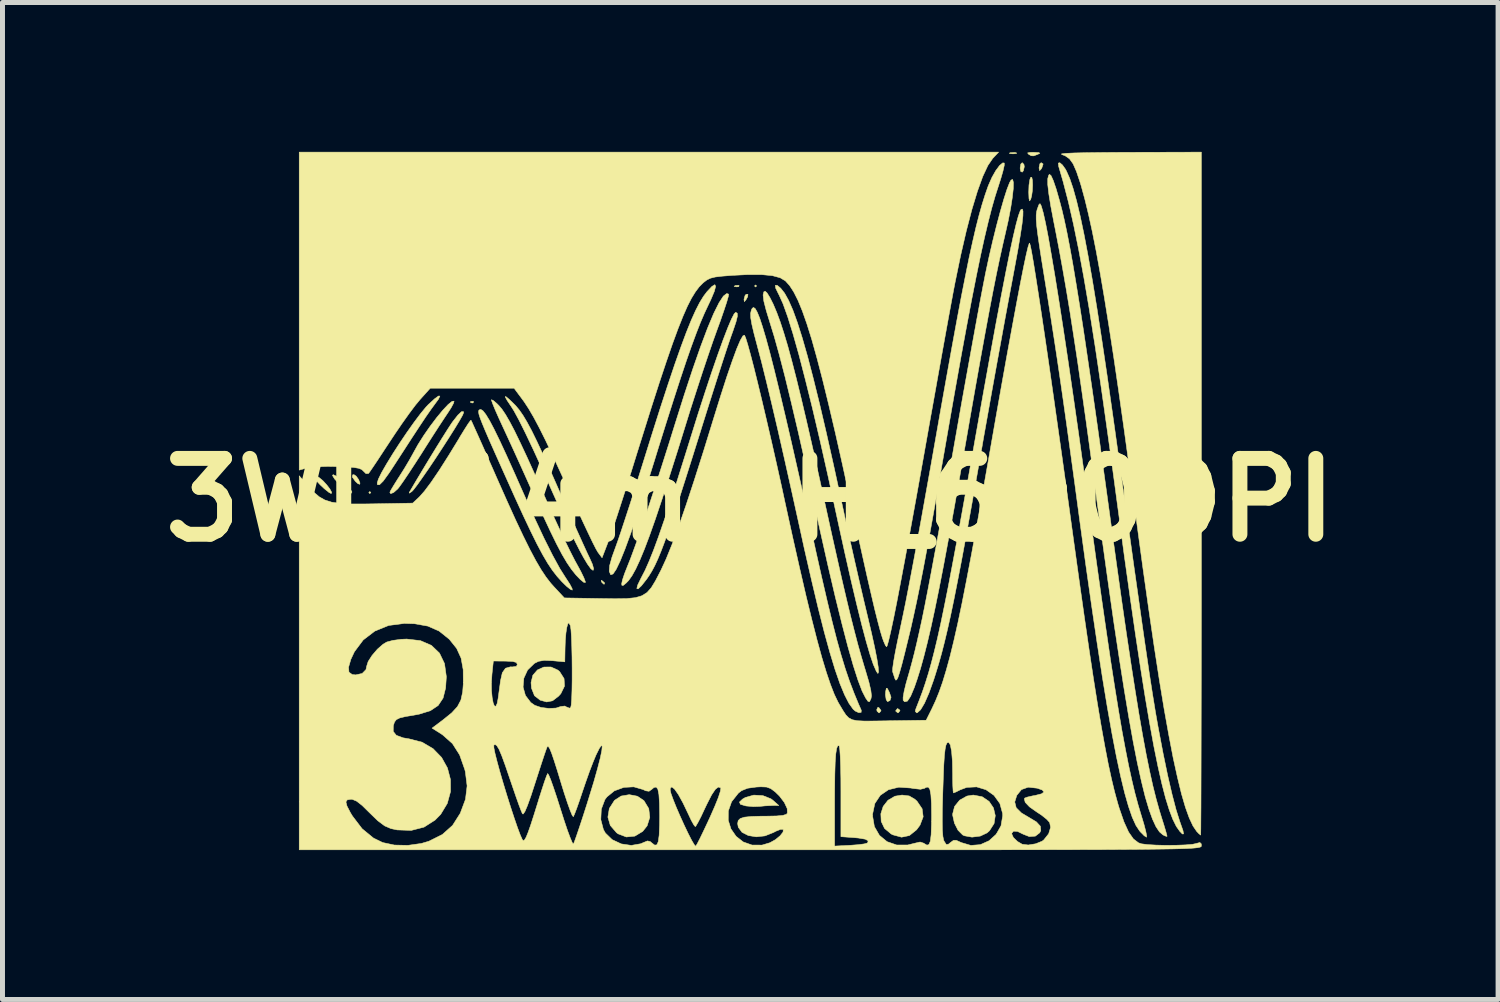
<source format=kicad_pcb>
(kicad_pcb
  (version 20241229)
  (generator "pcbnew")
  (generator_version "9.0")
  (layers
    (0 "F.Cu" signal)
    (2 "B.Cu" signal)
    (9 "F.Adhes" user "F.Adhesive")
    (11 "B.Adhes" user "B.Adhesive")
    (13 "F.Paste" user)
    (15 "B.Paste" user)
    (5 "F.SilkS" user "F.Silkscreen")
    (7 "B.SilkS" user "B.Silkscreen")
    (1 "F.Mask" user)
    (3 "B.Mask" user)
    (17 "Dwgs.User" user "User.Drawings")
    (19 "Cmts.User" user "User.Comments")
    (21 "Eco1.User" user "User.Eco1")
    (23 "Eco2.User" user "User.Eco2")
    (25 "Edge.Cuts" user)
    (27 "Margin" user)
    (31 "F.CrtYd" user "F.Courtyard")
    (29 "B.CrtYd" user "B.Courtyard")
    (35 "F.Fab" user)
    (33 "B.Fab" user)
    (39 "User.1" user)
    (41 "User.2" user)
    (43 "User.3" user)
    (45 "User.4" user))
  (footprint "3WL_14mmH_600DPI"
    (layer "F.Cu")
    (at 12.018 6.99)
    (property "Reference" "3WL_14mmH_600DPI" (at 0 0 0) (layer "F.SilkS") (effects (font (size 1.524 1.524) (thickness 0.3))))
    (attr through_hole)
    (fp_poly (pts (xy -7.62 -0.148) (xy -7.641 -0.127) (xy -7.662 -0.148) (xy -7.641 -0.169) (xy -7.62 -0.148)) (stroke (width 0.01) (type solid)) (fill yes) (layer "F.SilkS"))
    (fp_poly (pts (xy 0.127 -4.297) (xy 0.106 -4.276) (xy 0.085 -4.297) (xy 0.106 -4.318) (xy 0.127 -4.297)) (stroke (width 0.01) (type solid)) (fill yes) (layer "F.SilkS"))
    (fp_poly (pts (xy -5.56 -1.976) (xy -5.566 -1.95) (xy -5.588 -1.947) (xy -5.623 -1.963) (xy -5.616 -1.976) (xy -5.566 -1.981) (xy -5.56 -1.976)) (stroke (width 0.01) (type solid)) (fill yes) (layer "F.SilkS"))
    (fp_poly (pts (xy -0.223 -4.301) (xy -0.236 -4.282) (xy -0.279 -4.279) (xy -0.324 -4.289) (xy -0.304 -4.305) (xy -0.238 -4.31) (xy -0.223 -4.301)) (stroke (width 0.01) (type solid)) (fill yes) (layer "F.SilkS"))
    (fp_poly (pts (xy -2.97 1.626) (xy -2.924 1.668) (xy -2.934 1.693) (xy -2.94 1.693) (xy -2.975 1.663) (xy -2.989 1.644) (xy -2.994 1.615) (xy -2.97 1.626)) (stroke (width 0.01) (type solid)) (fill yes) (layer "F.SilkS"))
    (fp_poly (pts (xy -0.053 -4.08) (xy -0.085 -4.022) (xy -0.118 -3.982) (xy -0.126 -4.02) (xy -0.126 -4.03) (xy -0.105 -4.106) (xy -0.085 -4.128) (xy -0.047 -4.131) (xy -0.053 -4.08)) (stroke (width 0.01) (type solid)) (fill yes) (layer "F.SilkS"))
    (fp_poly (pts (xy 2.582 4.17) (xy 2.623 4.224) (xy 2.625 4.236) (xy 2.592 4.275) (xy 2.582 4.276) (xy 2.545 4.241) (xy 2.54 4.21) (xy 2.561 4.166) (xy 2.582 4.17)) (stroke (width 0.01) (type solid)) (fill yes) (layer "F.SilkS"))
    (fp_poly (pts (xy 3.004 4.223) (xy 3.006 4.233) (xy 2.973 4.274) (xy 2.963 4.276) (xy 2.922 4.243) (xy 2.921 4.233) (xy 2.953 4.192) (xy 2.963 4.191) (xy 3.004 4.223)) (stroke (width 0.01) (type solid)) (fill yes) (layer "F.SilkS"))
    (fp_poly (pts (xy 5.345 -6.97) (xy 5.347 -6.957) (xy 5.281 -6.951) (xy 5.271 -6.951) (xy 5.205 -6.957) (xy 5.211 -6.97) (xy 5.218 -6.972) (xy 5.311 -6.978) (xy 5.345 -6.97)) (stroke (width 0.01) (type solid)) (fill yes) (layer "F.SilkS"))
    (fp_poly (pts (xy 5.496 -6.738) (xy 5.503 -6.691) (xy 5.484 -6.61) (xy 5.461 -6.583) (xy 5.43 -6.598) (xy 5.419 -6.665) (xy 5.433 -6.746) (xy 5.461 -6.773) (xy 5.496 -6.738)) (stroke (width 0.01) (type solid)) (fill yes) (layer "F.SilkS"))
    (fp_poly (pts (xy 5.881 -6.747) (xy 5.856 -6.67) (xy 5.842 -6.646) (xy 5.811 -6.613) (xy 5.801 -6.655) (xy 5.8 -6.678) (xy 5.816 -6.752) (xy 5.842 -6.773) (xy 5.881 -6.747)) (stroke (width 0.01) (type solid)) (fill yes) (layer "F.SilkS"))
    (fp_poly (pts (xy -7.914 -0.477) (xy -7.866 -0.409) (xy -7.839 -0.34) (xy -7.843 -0.314) (xy -7.88 -0.327) (xy -7.931 -0.373) (xy -7.993 -0.46) (xy -7.986 -0.503) (xy -7.96 -0.508) (xy -7.914 -0.477)) (stroke (width 0.01) (type solid)) (fill yes) (layer "F.SilkS"))
    (fp_poly (pts (xy 5.793 -6.976) (xy 5.815 -6.963) (xy 5.779 -6.943) (xy 5.693 -6.91) (xy 5.641 -6.912) (xy 5.588 -6.943) (xy 5.569 -6.969) (xy 5.622 -6.98) (xy 5.694 -6.981) (xy 5.793 -6.976)) (stroke (width 0.01) (type solid)) (fill yes) (layer "F.SilkS"))
    (fp_poly (pts (xy 2.752 3.785) (xy 2.792 3.862) (xy 2.793 3.864) (xy 2.827 3.963) (xy 2.807 4.025) (xy 2.803 4.03) (xy 2.756 4.051) (xy 2.729 4.011) (xy 2.714 3.915) (xy 2.719 3.845) (xy 2.733 3.781) (xy 2.752 3.785)) (stroke (width 0.01) (type solid)) (fill yes) (layer "F.SilkS"))
    (fp_poly (pts (xy -8.707 -0.479) (xy -8.663 -0.452) (xy -8.585 -0.388) (xy -8.507 -0.303) (xy -8.442 -0.218) (xy -8.407 -0.152) (xy -8.416 -0.127) (xy -8.466 -0.154) (xy -8.554 -0.225) (xy -8.634 -0.3) (xy -8.735 -0.407) (xy -8.782 -0.477) (xy -8.773 -0.504) (xy -8.707 -0.479)) (stroke (width 0.01) (type solid)) (fill yes) (layer "F.SilkS"))
    (fp_poly (pts (xy -8.319 -0.48) (xy -8.229 -0.41) (xy -8.131 -0.321) (xy -8.048 -0.233) (xy -8.003 -0.168) (xy -8.001 -0.157) (xy -8.022 -0.127) (xy -8.085 -0.161) (xy -8.196 -0.258) (xy -8.255 -0.318) (xy -8.349 -0.422) (xy -8.39 -0.489) (xy -8.378 -0.508) (xy -8.319 -0.48)) (stroke (width 0.01) (type solid)) (fill yes) (layer "F.SilkS"))
    (fp_poly (pts (xy 5.666 -6.422) (xy 5.67 -6.325) (xy 5.665 -6.211) (xy 5.65 -6.104) (xy 5.63 -6.032) (xy 5.609 -6.006) (xy 5.597 -6.053) (xy 5.592 -6.178) (xy 5.592 -6.181) (xy 5.597 -6.323) (xy 5.615 -6.436) (xy 5.63 -6.477) (xy 5.653 -6.48) (xy 5.666 -6.422)) (stroke (width 0.01) (type solid)) (fill yes) (layer "F.SilkS"))
    (fp_poly (pts (xy 0.252 5.938) (xy 0.414 6.002) (xy 0.453 6.031) (xy 0.572 6.136) (xy 0.439 6.137) (xy 0.297 6.144) (xy 0.185 6.155) (xy 0.058 6.159) (xy -0.085 6.146) (xy -0.094 6.144) (xy -0.198 6.113) (xy -0.218 6.068) (xy -0.155 6.008) (xy -0.098 5.975) (xy 0.07 5.928) (xy 0.252 5.938)) (stroke (width 0.01) (type solid)) (fill yes) (layer "F.SilkS"))
    (fp_poly (pts (xy -3.864 3.418) (xy -3.829 3.448) (xy -3.74 3.588) (xy -3.731 3.739) (xy -3.804 3.889) (xy -3.849 3.94) (xy -3.971 4.034) (xy -4.09 4.057) (xy -4.22 4.021) (xy -4.334 3.932) (xy -4.394 3.78) (xy -4.403 3.668) (xy -4.367 3.521) (xy -4.274 3.414) (xy -4.145 3.356) (xy -4.002 3.355) (xy -3.864 3.418)) (stroke (width 0.01) (type solid)) (fill yes) (layer "F.SilkS"))
    (fp_poly (pts (xy -2.268 5.95) (xy -2.136 6.039) (xy -2.039 6.199) (xy -2.018 6.374) (xy -2.072 6.545) (xy -2.161 6.657) (xy -2.319 6.752) (xy -2.489 6.769) (xy -2.654 6.706) (xy -2.686 6.683) (xy -2.811 6.538) (xy -2.86 6.37) (xy -2.831 6.196) (xy -2.727 6.033) (xy -2.594 5.947) (xy -2.431 5.919) (xy -2.268 5.95)) (stroke (width 0.01) (type solid)) (fill yes) (layer "F.SilkS"))
    (fp_poly (pts (xy 3.192 5.945) (xy 3.306 6.012) (xy 3.348 6.05) (xy 3.451 6.202) (xy 3.472 6.364) (xy 3.408 6.532) (xy 3.34 6.624) (xy 3.196 6.74) (xy 3.038 6.773) (xy 2.861 6.725) (xy 2.827 6.707) (xy 2.696 6.597) (xy 2.629 6.456) (xy 2.622 6.303) (xy 2.669 6.155) (xy 2.765 6.032) (xy 2.905 5.95) (xy 3.048 5.927) (xy 3.192 5.945)) (stroke (width 0.01) (type solid)) (fill yes) (layer "F.SilkS"))
    (fp_poly (pts (xy 4.657 5.961) (xy 4.795 6.054) (xy 4.884 6.186) (xy 4.92 6.34) (xy 4.896 6.499) (xy 4.804 6.643) (xy 4.756 6.686) (xy 4.619 6.751) (xy 4.453 6.772) (xy 4.301 6.745) (xy 4.265 6.728) (xy 4.172 6.634) (xy 4.1 6.492) (xy 4.065 6.335) (xy 4.064 6.307) (xy 4.103 6.155) (xy 4.205 6.029) (xy 4.351 5.947) (xy 4.478 5.927) (xy 4.657 5.961)) (stroke (width 0.01) (type solid)) (fill yes) (layer "F.SilkS"))
    (fp_poly (pts (xy -5.757 -1.753) (xy -5.78 -1.698) (xy -5.843 -1.587) (xy -5.937 -1.432) (xy -6.054 -1.247) (xy -6.185 -1.043) (xy -6.322 -0.834) (xy -6.457 -0.633) (xy -6.582 -0.453) (xy -6.686 -0.306) (xy -6.763 -0.205) (xy -6.798 -0.168) (xy -6.847 -0.136) (xy -6.85 -0.148) (xy -6.734 -0.346) (xy -6.6 -0.57) (xy -6.459 -0.804) (xy -6.318 -1.034) (xy -6.188 -1.244) (xy -6.078 -1.418) (xy -5.997 -1.542) (xy -5.972 -1.577) (xy -5.872 -1.704) (xy -5.8 -1.772) (xy -5.762 -1.774) (xy -5.757 -1.753)) (stroke (width 0.01) (type solid)) (fill yes) (layer "F.SilkS"))
    (fp_poly (pts (xy -6.234 -2.086) (xy -6.26 -2.027) (xy -6.34 -1.918) (xy -6.41 -1.822) (xy -6.513 -1.674) (xy -6.635 -1.491) (xy -6.765 -1.293) (xy -6.794 -1.249) (xy -6.927 -1.043) (xy -7.058 -0.841) (xy -7.173 -0.664) (xy -7.259 -0.534) (xy -7.27 -0.519) (xy -7.373 -0.377) (xy -7.446 -0.305) (xy -7.486 -0.305) (xy -7.493 -0.34) (xy -7.469 -0.418) (xy -7.404 -0.55) (xy -7.305 -0.722) (xy -7.182 -0.923) (xy -7.044 -1.137) (xy -6.899 -1.352) (xy -6.756 -1.554) (xy -6.624 -1.73) (xy -6.512 -1.866) (xy -6.463 -1.918) (xy -6.339 -2.031) (xy -6.262 -2.087) (xy -6.234 -2.086)) (stroke (width 0.01) (type solid)) (fill yes) (layer "F.SilkS"))
    (fp_poly (pts (xy -5.96 -1.941) (xy -6.009 -1.85) (xy -6.071 -1.754) (xy -6.143 -1.646) (xy -6.249 -1.485) (xy -6.377 -1.287) (xy -6.516 -1.069) (xy -6.603 -0.931) (xy -6.738 -0.722) (xy -6.863 -0.531) (xy -6.969 -0.374) (xy -7.047 -0.264) (xy -7.08 -0.222) (xy -7.163 -0.149) (xy -7.221 -0.126) (xy -7.239 -0.151) (xy -7.218 -0.196) (xy -7.16 -0.293) (xy -7.079 -0.423) (xy -7.049 -0.469) (xy -6.945 -0.634) (xy -6.847 -0.799) (xy -6.774 -0.93) (xy -6.768 -0.942) (xy -6.672 -1.114) (xy -6.555 -1.299) (xy -6.426 -1.484) (xy -6.296 -1.656) (xy -6.173 -1.804) (xy -6.068 -1.916) (xy -5.989 -1.979) (xy -5.949 -1.984) (xy -5.96 -1.941)) (stroke (width 0.01) (type solid)) (fill yes) (layer "F.SilkS"))
    (fp_poly (pts (xy -5.369 -1.79) (xy -5.312 -1.718) (xy -5.238 -1.597) (xy -5.146 -1.423) (xy -5.032 -1.189) (xy -4.894 -0.892) (xy -4.729 -0.525) (xy -4.562 -0.148) (xy -4.342 0.343) (xy -4.145 0.764) (xy -3.971 1.111) (xy -3.822 1.383) (xy -3.699 1.577) (xy -3.696 1.581) (xy -3.623 1.694) (xy -3.579 1.778) (xy -3.575 1.811) (xy -3.614 1.795) (xy -3.692 1.732) (xy -3.782 1.644) (xy -3.879 1.536) (xy -3.973 1.415) (xy -4.068 1.273) (xy -4.169 1.101) (xy -4.282 0.889) (xy -4.41 0.63) (xy -4.56 0.313) (xy -4.735 -0.069) (xy -4.817 -0.252) (xy -4.989 -0.635) (xy -5.129 -0.948) (xy -5.24 -1.198) (xy -5.324 -1.393) (xy -5.385 -1.54) (xy -5.426 -1.646) (xy -5.449 -1.719) (xy -5.457 -1.766) (xy -5.454 -1.794) (xy -5.446 -1.807) (xy -5.413 -1.818) (xy -5.369 -1.79)) (stroke (width 0.01) (type solid)) (fill yes) (layer "F.SilkS"))
    (fp_poly (pts (xy -4.851 -2.028) (xy -4.787 -1.968) (xy -4.71 -1.891) (xy -4.637 -1.803) (xy -4.563 -1.696) (xy -4.483 -1.562) (xy -4.392 -1.393) (xy -4.287 -1.179) (xy -4.163 -0.913) (xy -4.015 -0.587) (xy -3.84 -0.191) (xy -3.83 -0.169) (xy -3.698 0.129) (xy -3.571 0.413) (xy -3.456 0.668) (xy -3.358 0.885) (xy -3.283 1.049) (xy -3.235 1.15) (xy -3.231 1.157) (xy -3.17 1.294) (xy -3.146 1.383) (xy -3.157 1.415) (xy -3.201 1.383) (xy -3.269 1.289) (xy -3.349 1.156) (xy -3.435 0.997) (xy -3.533 0.803) (xy -3.647 0.564) (xy -3.782 0.268) (xy -3.945 -0.096) (xy -3.956 -0.12) (xy -4.171 -0.602) (xy -4.358 -1.011) (xy -4.517 -1.346) (xy -4.647 -1.606) (xy -4.747 -1.79) (xy -4.793 -1.863) (xy -4.883 -1.998) (xy -4.922 -2.069) (xy -4.912 -2.078) (xy -4.851 -2.028)) (stroke (width 0.01) (type solid)) (fill yes) (layer "F.SilkS"))
    (fp_poly (pts (xy -5.161 -1.996) (xy -5.088 -1.934) (xy -5.048 -1.894) (xy -4.986 -1.82) (xy -4.916 -1.716) (xy -4.834 -1.575) (xy -4.737 -1.391) (xy -4.623 -1.156) (xy -4.486 -0.864) (xy -4.325 -0.508) (xy -4.135 -0.082) (xy -4.108 -0.021) (xy -3.978 0.269) (xy -3.847 0.552) (xy -3.724 0.815) (xy -3.614 1.04) (xy -3.526 1.212) (xy -3.487 1.283) (xy -3.404 1.435) (xy -3.343 1.561) (xy -3.313 1.642) (xy -3.312 1.659) (xy -3.345 1.654) (xy -3.415 1.597) (xy -3.501 1.507) (xy -3.59 1.396) (xy -3.682 1.261) (xy -3.781 1.093) (xy -3.892 0.882) (xy -4.02 0.62) (xy -4.17 0.298) (xy -4.345 -0.093) (xy -4.354 -0.113) (xy -4.482 -0.4) (xy -4.62 -0.706) (xy -4.757 -1.007) (xy -4.88 -1.275) (xy -4.956 -1.439) (xy -5.047 -1.637) (xy -5.122 -1.806) (xy -5.174 -1.933) (xy -5.198 -2.003) (xy -5.198 -2.013) (xy -5.161 -1.996)) (stroke (width 0.01) (type solid)) (fill yes) (layer "F.SilkS"))
    (fp_poly (pts (xy -0.435 -4.133) (xy -0.441 -4.087) (xy -0.473 -3.975) (xy -0.527 -3.811) (xy -0.597 -3.608) (xy -0.666 -3.419) (xy -0.751 -3.182) (xy -0.853 -2.884) (xy -0.966 -2.547) (xy -1.082 -2.191) (xy -1.196 -1.837) (xy -1.267 -1.609) (xy -1.456 -1) (xy -1.625 -0.469) (xy -1.774 -0.009) (xy -1.906 0.384) (xy -2.023 0.715) (xy -2.127 0.99) (xy -2.219 1.212) (xy -2.301 1.388) (xy -2.375 1.521) (xy -2.443 1.617) (xy -2.492 1.668) (xy -2.556 1.72) (xy -2.58 1.713) (xy -2.582 1.677) (xy -2.566 1.603) (xy -2.525 1.48) (xy -2.471 1.343) (xy -2.399 1.162) (xy -2.306 0.909) (xy -2.196 0.592) (xy -2.07 0.22) (xy -1.933 -0.198) (xy -1.786 -0.653) (xy -1.632 -1.137) (xy -1.518 -1.503) (xy -1.328 -2.105) (xy -1.154 -2.632) (xy -0.997 -3.081) (xy -0.857 -3.453) (xy -0.734 -3.746) (xy -0.628 -3.959) (xy -0.541 -4.093) (xy -0.473 -4.145) (xy -0.435 -4.133)) (stroke (width 0.01) (type solid)) (fill yes) (layer "F.SilkS"))
    (fp_poly (pts (xy -0.696 -4.289) (xy -0.722 -4.189) (xy -0.791 -4.025) (xy -0.848 -3.905) (xy -0.922 -3.747) (xy -1.001 -3.563) (xy -1.086 -3.346) (xy -1.18 -3.091) (xy -1.285 -2.791) (xy -1.403 -2.438) (xy -1.536 -2.027) (xy -1.688 -1.55) (xy -1.86 -1.001) (xy -1.927 -0.783) (xy -2.104 -0.221) (xy -2.261 0.26) (xy -2.397 0.661) (xy -2.515 0.983) (xy -2.614 1.228) (xy -2.694 1.395) (xy -2.756 1.486) (xy -2.8 1.503) (xy -2.806 1.498) (xy -2.833 1.432) (xy -2.825 1.319) (xy -2.778 1.15) (xy -2.707 0.954) (xy -2.662 0.829) (xy -2.597 0.637) (xy -2.515 0.389) (xy -2.421 0.101) (xy -2.32 -0.216) (xy -2.216 -0.548) (xy -2.176 -0.675) (xy -1.982 -1.296) (xy -1.809 -1.841) (xy -1.654 -2.315) (xy -1.517 -2.723) (xy -1.394 -3.071) (xy -1.285 -3.364) (xy -1.187 -3.607) (xy -1.098 -3.805) (xy -1.016 -3.965) (xy -0.939 -4.09) (xy -0.871 -4.18) (xy -0.771 -4.287) (xy -0.712 -4.323) (xy -0.696 -4.289)) (stroke (width 0.01) (type solid)) (fill yes) (layer "F.SilkS"))
    (fp_poly (pts (xy -0.262 -3.75) (xy -0.259 -3.69) (xy -0.286 -3.578) (xy -0.345 -3.402) (xy -0.379 -3.308) (xy -0.42 -3.19) (xy -0.483 -3.002) (xy -0.563 -2.757) (xy -0.657 -2.465) (xy -0.761 -2.138) (xy -0.872 -1.787) (xy -0.986 -1.424) (xy -0.99 -1.41) (xy -1.159 -0.871) (xy -1.306 -0.407) (xy -1.433 -0.01) (xy -1.543 0.326) (xy -1.638 0.607) (xy -1.72 0.84) (xy -1.793 1.032) (xy -1.858 1.189) (xy -1.918 1.319) (xy -1.975 1.426) (xy -2.032 1.519) (xy -2.08 1.589) (xy -2.185 1.723) (xy -2.252 1.786) (xy -2.279 1.78) (xy -2.26 1.706) (xy -2.192 1.566) (xy -2.186 1.555) (xy -2.112 1.412) (xy -2.033 1.233) (xy -1.944 1.012) (xy -1.845 0.743) (xy -1.733 0.419) (xy -1.605 0.036) (xy -1.46 -0.414) (xy -1.296 -0.936) (xy -1.202 -1.237) (xy -1.053 -1.715) (xy -0.91 -2.157) (xy -0.777 -2.558) (xy -0.655 -2.911) (xy -0.547 -3.211) (xy -0.454 -3.453) (xy -0.379 -3.63) (xy -0.324 -3.737) (xy -0.293 -3.768) (xy -0.262 -3.75)) (stroke (width 0.01) (type solid)) (fill yes) (layer "F.SilkS"))
    (fp_poly (pts (xy 0.543 -4.308) (xy 0.612 -4.25) (xy 0.689 -4.152) (xy 0.77 -4.006) (xy 0.856 -3.81) (xy 0.947 -3.559) (xy 1.045 -3.249) (xy 1.151 -2.878) (xy 1.265 -2.441) (xy 1.39 -1.935) (xy 1.525 -1.357) (xy 1.672 -0.702) (xy 1.825 0) (xy 1.909 0.389) (xy 2.001 0.803) (xy 2.095 1.222) (xy 2.187 1.624) (xy 2.272 1.989) (xy 2.345 2.295) (xy 2.355 2.336) (xy 2.435 2.676) (xy 2.498 2.962) (xy 2.543 3.19) (xy 2.569 3.356) (xy 2.576 3.456) (xy 2.563 3.486) (xy 2.531 3.442) (xy 2.478 3.32) (xy 2.47 3.302) (xy 2.407 3.115) (xy 2.329 2.848) (xy 2.238 2.506) (xy 2.136 2.093) (xy 2.023 1.614) (xy 1.9 1.071) (xy 1.768 0.47) (xy 1.735 0.318) (xy 1.563 -0.472) (xy 1.401 -1.191) (xy 1.249 -1.839) (xy 1.107 -2.412) (xy 0.978 -2.91) (xy 0.859 -3.331) (xy 0.753 -3.673) (xy 0.659 -3.936) (xy 0.578 -4.116) (xy 0.566 -4.138) (xy 0.51 -4.253) (xy 0.503 -4.311) (xy 0.543 -4.308)) (stroke (width 0.01) (type solid)) (fill yes) (layer "F.SilkS"))
    (fp_poly (pts (xy 0.1 -3.841) (xy 0.141 -3.768) (xy 0.19 -3.647) (xy 0.247 -3.473) (xy 0.315 -3.244) (xy 0.393 -2.957) (xy 0.482 -2.608) (xy 0.583 -2.194) (xy 0.697 -1.713) (xy 0.825 -1.162) (xy 0.967 -0.536) (xy 1.125 0.166) (xy 1.299 0.947) (xy 1.309 0.996) (xy 1.433 1.549) (xy 1.544 2.028) (xy 1.644 2.443) (xy 1.736 2.802) (xy 1.824 3.117) (xy 1.909 3.395) (xy 1.995 3.647) (xy 2.084 3.881) (xy 2.178 4.108) (xy 2.229 4.223) (xy 2.226 4.267) (xy 2.177 4.272) (xy 2.108 4.24) (xy 2.065 4.202) (xy 1.981 4.084) (xy 1.894 3.915) (xy 1.801 3.691) (xy 1.703 3.408) (xy 1.598 3.063) (xy 1.485 2.652) (xy 1.363 2.17) (xy 1.231 1.615) (xy 1.086 0.983) (xy 0.993 0.558) (xy 0.837 -0.149) (xy 0.691 -0.802) (xy 0.556 -1.396) (xy 0.432 -1.926) (xy 0.321 -2.387) (xy 0.225 -2.774) (xy 0.143 -3.083) (xy 0.143 -3.084) (xy 0.076 -3.337) (xy 0.032 -3.523) (xy 0.009 -3.655) (xy 0.006 -3.747) (xy 0.021 -3.813) (xy 0.039 -3.849) (xy 0.066 -3.866) (xy 0.1 -3.841)) (stroke (width 0.01) (type solid)) (fill yes) (layer "F.SilkS"))
    (fp_poly (pts (xy 0.338 -4.155) (xy 0.396 -4.061) (xy 0.462 -3.929) (xy 0.463 -3.926) (xy 0.531 -3.765) (xy 0.601 -3.576) (xy 0.673 -3.355) (xy 0.751 -3.095) (xy 0.834 -2.791) (xy 0.925 -2.437) (xy 1.025 -2.028) (xy 1.136 -1.556) (xy 1.259 -1.018) (xy 1.395 -0.406) (xy 1.503 0.085) (xy 1.631 0.668) (xy 1.745 1.177) (xy 1.845 1.619) (xy 1.935 2.005) (xy 2.016 2.341) (xy 2.091 2.637) (xy 2.16 2.901) (xy 2.228 3.141) (xy 2.295 3.367) (xy 2.313 3.425) (xy 2.382 3.659) (xy 2.421 3.826) (xy 2.434 3.936) (xy 2.423 3.995) (xy 2.393 4.052) (xy 2.364 4.045) (xy 2.317 3.978) (xy 2.246 3.839) (xy 2.163 3.62) (xy 2.067 3.321) (xy 1.959 2.942) (xy 1.839 2.481) (xy 1.705 1.939) (xy 1.559 1.315) (xy 1.4 0.607) (xy 1.29 0.106) (xy 1.121 -0.663) (xy 0.966 -1.349) (xy 0.824 -1.953) (xy 0.697 -2.476) (xy 0.582 -2.918) (xy 0.481 -3.281) (xy 0.402 -3.537) (xy 0.321 -3.801) (xy 0.272 -3.992) (xy 0.257 -4.117) (xy 0.273 -4.18) (xy 0.299 -4.191) (xy 0.338 -4.155)) (stroke (width 0.01) (type solid)) (fill yes) (layer "F.SilkS"))
    (fp_poly (pts (xy 9.059 -0.127) (xy 9.059 0.628) (xy 9.059 1.36) (xy 9.059 2.064) (xy 9.058 2.736) (xy 9.057 3.371) (xy 9.056 3.965) (xy 9.055 4.514) (xy 9.054 5.012) (xy 9.053 5.456) (xy 9.052 5.842) (xy 9.051 6.164) (xy 9.049 6.418) (xy 9.048 6.6) (xy 9.046 6.705) (xy 9.045 6.731) (xy 9.009 6.703) (xy 8.965 6.657) (xy 8.891 6.548) (xy 8.816 6.388) (xy 8.739 6.174) (xy 8.66 5.904) (xy 8.579 5.573) (xy 8.493 5.181) (xy 8.405 4.723) (xy 8.311 4.198) (xy 8.213 3.603) (xy 8.11 2.934) (xy 8.001 2.19) (xy 7.885 1.367) (xy 7.762 0.463) (xy 7.746 0.339) (xy 7.622 -0.58) (xy 7.507 -1.419) (xy 7.399 -2.182) (xy 7.298 -2.873) (xy 7.202 -3.496) (xy 7.112 -4.056) (xy 7.027 -4.555) (xy 6.946 -4.999) (xy 6.868 -5.392) (xy 6.792 -5.737) (xy 6.719 -6.038) (xy 6.647 -6.301) (xy 6.626 -6.371) (xy 6.551 -6.595) (xy 6.483 -6.75) (xy 6.41 -6.851) (xy 6.323 -6.912) (xy 6.253 -6.938) (xy 6.251 -6.95) (xy 6.334 -6.96) (xy 6.501 -6.968) (xy 6.753 -6.974) (xy 7.089 -6.978) (xy 7.508 -6.981) (xy 7.588 -6.981) (xy 9.059 -6.985) (xy 9.059 -0.127)) (stroke (width 0.01) (type solid)) (fill yes) (layer "F.SilkS"))
    (fp_poly (pts (xy 5.477 -5.8) (xy 5.475 -5.703) (xy 5.458 -5.545) (xy 5.424 -5.321) (xy 5.375 -5.027) (xy 5.307 -4.658) (xy 5.254 -4.374) (xy 5.189 -4.031) (xy 5.113 -3.622) (xy 5.03 -3.165) (xy 4.941 -2.679) (xy 4.851 -2.179) (xy 4.763 -1.686) (xy 4.679 -1.215) (xy 4.656 -1.079) (xy 4.535 -0.394) (xy 4.426 0.214) (xy 4.329 0.751) (xy 4.241 1.225) (xy 4.161 1.64) (xy 4.089 2.005) (xy 4.022 2.326) (xy 3.959 2.608) (xy 3.899 2.859) (xy 3.841 3.085) (xy 3.783 3.292) (xy 3.723 3.488) (xy 3.681 3.619) (xy 3.588 3.879) (xy 3.5 4.08) (xy 3.421 4.213) (xy 3.355 4.273) (xy 3.34 4.276) (xy 3.313 4.245) (xy 3.323 4.202) (xy 3.391 4.028) (xy 3.456 3.855) (xy 3.517 3.675) (xy 3.577 3.483) (xy 3.636 3.273) (xy 3.696 3.041) (xy 3.759 2.779) (xy 3.825 2.482) (xy 3.895 2.144) (xy 3.972 1.76) (xy 4.055 1.324) (xy 4.148 0.829) (xy 4.249 0.272) (xy 4.362 -0.356) (xy 4.487 -1.058) (xy 4.547 -1.397) (xy 4.689 -2.194) (xy 4.818 -2.909) (xy 4.934 -3.543) (xy 5.039 -4.096) (xy 5.131 -4.571) (xy 5.211 -4.968) (xy 5.28 -5.289) (xy 5.338 -5.535) (xy 5.385 -5.708) (xy 5.421 -5.807) (xy 5.436 -5.831) (xy 5.464 -5.841) (xy 5.477 -5.8)) (stroke (width 0.01) (type solid)) (fill yes) (layer "F.SilkS"))
    (fp_poly (pts (xy 5.284 -6.376) (xy 5.282 -6.254) (xy 5.263 -6.08) (xy 5.23 -5.866) (xy 5.183 -5.62) (xy 5.128 -5.376) (xy 5.069 -5.119) (xy 5.007 -4.839) (xy 4.942 -4.529) (xy 4.873 -4.182) (xy 4.798 -3.79) (xy 4.716 -3.348) (xy 4.625 -2.847) (xy 4.524 -2.281) (xy 4.412 -1.643) (xy 4.34 -1.228) (xy 4.209 -0.48) (xy 4.09 0.189) (xy 3.981 0.785) (xy 3.882 1.315) (xy 3.791 1.782) (xy 3.707 2.194) (xy 3.629 2.555) (xy 3.555 2.87) (xy 3.485 3.146) (xy 3.418 3.388) (xy 3.351 3.602) (xy 3.295 3.764) (xy 3.22 3.943) (xy 3.156 4.04) (xy 3.1 4.054) (xy 3.07 4.023) (xy 3.069 3.965) (xy 3.089 3.847) (xy 3.127 3.689) (xy 3.15 3.608) (xy 3.201 3.431) (xy 3.25 3.251) (xy 3.298 3.064) (xy 3.346 2.863) (xy 3.396 2.642) (xy 3.45 2.394) (xy 3.507 2.114) (xy 3.569 1.795) (xy 3.638 1.432) (xy 3.715 1.018) (xy 3.801 0.546) (xy 3.897 0.012) (xy 4.005 -0.591) (xy 4.125 -1.27) (xy 4.167 -1.509) (xy 4.248 -1.967) (xy 4.33 -2.423) (xy 4.41 -2.865) (xy 4.486 -3.283) (xy 4.556 -3.666) (xy 4.618 -4.001) (xy 4.671 -4.279) (xy 4.712 -4.488) (xy 4.721 -4.536) (xy 4.792 -4.868) (xy 4.868 -5.197) (xy 4.946 -5.511) (xy 5.022 -5.797) (xy 5.093 -6.044) (xy 5.156 -6.24) (xy 5.208 -6.374) (xy 5.237 -6.424) (xy 5.269 -6.436) (xy 5.284 -6.376)) (stroke (width 0.01) (type solid)) (fill yes) (layer "F.SilkS"))
    (fp_poly (pts (xy 5.841 -5.91) (xy 5.848 -5.89) (xy 5.884 -5.765) (xy 5.93 -5.559) (xy 5.985 -5.275) (xy 6.048 -4.915) (xy 6.121 -4.483) (xy 6.201 -3.982) (xy 6.289 -3.413) (xy 6.384 -2.781) (xy 6.485 -2.088) (xy 6.593 -1.336) (xy 6.706 -0.529) (xy 6.825 0.33) (xy 6.838 0.423) (xy 6.95 1.235) (xy 7.053 1.968) (xy 7.148 2.627) (xy 7.235 3.218) (xy 7.317 3.746) (xy 7.393 4.216) (xy 7.464 4.634) (xy 7.533 5.004) (xy 7.598 5.333) (xy 7.662 5.625) (xy 7.724 5.885) (xy 7.787 6.119) (xy 7.851 6.333) (xy 7.853 6.339) (xy 7.906 6.515) (xy 7.943 6.657) (xy 7.961 6.748) (xy 7.957 6.773) (xy 7.911 6.744) (xy 7.838 6.67) (xy 7.816 6.645) (xy 7.744 6.535) (xy 7.671 6.374) (xy 7.596 6.157) (xy 7.518 5.883) (xy 7.437 5.548) (xy 7.352 5.151) (xy 7.263 4.688) (xy 7.169 4.156) (xy 7.07 3.554) (xy 6.966 2.879) (xy 6.855 2.127) (xy 6.737 1.296) (xy 6.612 0.384) (xy 6.604 0.324) (xy 6.514 -0.346) (xy 6.432 -0.944) (xy 6.358 -1.481) (xy 6.289 -1.97) (xy 6.224 -2.422) (xy 6.161 -2.849) (xy 6.098 -3.263) (xy 6.034 -3.675) (xy 5.967 -4.098) (xy 5.902 -4.501) (xy 5.845 -4.854) (xy 5.802 -5.134) (xy 5.771 -5.35) (xy 5.751 -5.514) (xy 5.742 -5.635) (xy 5.742 -5.723) (xy 5.75 -5.789) (xy 5.761 -5.833) (xy 5.796 -5.929) (xy 5.818 -5.951) (xy 5.841 -5.91)) (stroke (width 0.01) (type solid)) (fill yes) (layer "F.SilkS"))
    (fp_poly (pts (xy 6.04 -6.513) (xy 6.086 -6.412) (xy 6.143 -6.245) (xy 6.208 -6.018) (xy 6.26 -5.821) (xy 6.308 -5.615) (xy 6.36 -5.369) (xy 6.416 -5.079) (xy 6.477 -4.741) (xy 6.542 -4.352) (xy 6.614 -3.907) (xy 6.692 -3.403) (xy 6.776 -2.835) (xy 6.869 -2.2) (xy 6.97 -1.494) (xy 7.079 -0.713) (xy 7.198 0.147) (xy 7.239 0.445) (xy 7.353 1.271) (xy 7.458 2.018) (xy 7.555 2.69) (xy 7.646 3.294) (xy 7.73 3.833) (xy 7.808 4.314) (xy 7.882 4.74) (xy 7.952 5.116) (xy 8.02 5.449) (xy 8.085 5.742) (xy 8.15 6.001) (xy 8.214 6.23) (xy 8.256 6.368) (xy 8.308 6.533) (xy 8.347 6.664) (xy 8.368 6.743) (xy 8.369 6.758) (xy 8.33 6.748) (xy 8.286 6.726) (xy 8.217 6.666) (xy 8.148 6.563) (xy 8.078 6.412) (xy 8.006 6.212) (xy 7.931 5.96) (xy 7.855 5.652) (xy 7.774 5.286) (xy 7.69 4.858) (xy 7.602 4.367) (xy 7.509 3.808) (xy 7.41 3.18) (xy 7.304 2.479) (xy 7.193 1.702) (xy 7.074 0.847) (xy 6.947 -0.089) (xy 6.945 -0.106) (xy 6.84 -0.88) (xy 6.744 -1.579) (xy 6.655 -2.209) (xy 6.573 -2.78) (xy 6.494 -3.3) (xy 6.42 -3.776) (xy 6.347 -4.218) (xy 6.275 -4.632) (xy 6.203 -5.028) (xy 6.129 -5.413) (xy 6.097 -5.574) (xy 6.035 -5.899) (xy 5.995 -6.148) (xy 5.974 -6.331) (xy 5.974 -6.453) (xy 5.993 -6.522) (xy 6.009 -6.539) (xy 6.04 -6.513)) (stroke (width 0.01) (type solid)) (fill yes) (layer "F.SilkS"))
    (fp_poly (pts (xy 5.101 -6.766) (xy 5.1 -6.717) (xy 5.075 -6.606) (xy 5.03 -6.45) (xy 4.982 -6.3) (xy 4.916 -6.094) (xy 4.848 -5.856) (xy 4.778 -5.581) (xy 4.703 -5.265) (xy 4.623 -4.902) (xy 4.538 -4.488) (xy 4.445 -4.017) (xy 4.344 -3.484) (xy 4.234 -2.886) (xy 4.114 -2.215) (xy 3.983 -1.469) (xy 3.916 -1.084) (xy 3.805 -0.449) (xy 3.707 0.11) (xy 3.619 0.602) (xy 3.539 1.034) (xy 3.467 1.416) (xy 3.4 1.754) (xy 3.338 2.057) (xy 3.278 2.334) (xy 3.22 2.592) (xy 3.176 2.773) (xy 3.102 3.075) (xy 3.044 3.303) (xy 2.999 3.463) (xy 2.966 3.564) (xy 2.94 3.613) (xy 2.921 3.619) (xy 2.904 3.588) (xy 2.904 3.588) (xy 2.87 3.485) (xy 2.858 3.447) (xy 2.859 3.385) (xy 2.877 3.255) (xy 2.909 3.075) (xy 2.952 2.859) (xy 2.982 2.717) (xy 3.028 2.502) (xy 3.075 2.279) (xy 3.124 2.04) (xy 3.175 1.778) (xy 3.231 1.487) (xy 3.293 1.158) (xy 3.361 0.786) (xy 3.438 0.363) (xy 3.524 -0.118) (xy 3.622 -0.664) (xy 3.731 -1.281) (xy 3.807 -1.714) (xy 3.932 -2.415) (xy 4.044 -3.037) (xy 4.145 -3.588) (xy 4.236 -4.072) (xy 4.32 -4.497) (xy 4.395 -4.868) (xy 4.466 -5.19) (xy 4.531 -5.47) (xy 4.593 -5.714) (xy 4.653 -5.927) (xy 4.712 -6.116) (xy 4.771 -6.286) (xy 4.784 -6.32) (xy 4.853 -6.477) (xy 4.931 -6.615) (xy 5.007 -6.717) (xy 5.07 -6.769) (xy 5.101 -6.766)) (stroke (width 0.01) (type solid)) (fill yes) (layer "F.SilkS"))
    (fp_poly (pts (xy 6.268 -6.728) (xy 6.33 -6.641) (xy 6.35 -6.603) (xy 6.416 -6.454) (xy 6.483 -6.255) (xy 6.553 -6.004) (xy 6.626 -5.697) (xy 6.703 -5.33) (xy 6.784 -4.902) (xy 6.871 -4.407) (xy 6.963 -3.843) (xy 7.061 -3.206) (xy 7.167 -2.493) (xy 7.28 -1.701) (xy 7.323 -1.397) (xy 7.432 -0.615) (xy 7.53 0.088) (xy 7.619 0.718) (xy 7.697 1.28) (xy 7.768 1.778) (xy 7.83 2.217) (xy 7.885 2.604) (xy 7.934 2.943) (xy 7.978 3.24) (xy 8.016 3.499) (xy 8.051 3.725) (xy 8.082 3.924) (xy 8.111 4.101) (xy 8.137 4.261) (xy 8.163 4.409) (xy 8.188 4.55) (xy 8.196 4.593) (xy 8.29 5.089) (xy 8.382 5.532) (xy 8.47 5.912) (xy 8.552 6.225) (xy 8.627 6.462) (xy 8.639 6.496) (xy 8.689 6.638) (xy 8.702 6.707) (xy 8.678 6.709) (xy 8.627 6.657) (xy 8.556 6.557) (xy 8.485 6.413) (xy 8.414 6.225) (xy 8.34 5.987) (xy 8.265 5.697) (xy 8.187 5.352) (xy 8.105 4.949) (xy 8.02 4.484) (xy 7.93 3.955) (xy 7.835 3.357) (xy 7.734 2.689) (xy 7.627 1.947) (xy 7.512 1.127) (xy 7.391 0.227) (xy 7.366 0.042) (xy 7.305 -0.412) (xy 7.24 -0.891) (xy 7.172 -1.377) (xy 7.105 -1.853) (xy 7.041 -2.302) (xy 6.982 -2.706) (xy 6.931 -3.048) (xy 6.918 -3.131) (xy 6.806 -3.84) (xy 6.698 -4.473) (xy 6.593 -5.037) (xy 6.49 -5.54) (xy 6.387 -5.99) (xy 6.282 -6.394) (xy 6.193 -6.699) (xy 6.186 -6.765) (xy 6.216 -6.772) (xy 6.268 -6.728)) (stroke (width 0.01) (type solid)) (fill yes) (layer "F.SilkS"))
    (fp_poly (pts (xy 4.868 -6.858) (xy 4.772 -6.717) (xy 4.669 -6.497) (xy 4.562 -6.201) (xy 4.451 -5.835) (xy 4.338 -5.402) (xy 4.224 -4.908) (xy 4.111 -4.36) (xy 4.077 -4.183) (xy 4.031 -3.934) (xy 3.974 -3.625) (xy 3.909 -3.267) (xy 3.838 -2.873) (xy 3.763 -2.455) (xy 3.686 -2.023) (xy 3.619 -1.651) (xy 3.473 -0.83) (xy 3.341 -0.093) (xy 3.222 0.563) (xy 3.116 1.138) (xy 3.023 1.632) (xy 2.944 2.046) (xy 2.877 2.382) (xy 2.822 2.639) (xy 2.78 2.819) (xy 2.751 2.922) (xy 2.738 2.949) (xy 2.715 2.924) (xy 2.678 2.84) (xy 2.651 2.765) (xy 2.611 2.632) (xy 2.562 2.447) (xy 2.501 2.205) (xy 2.43 1.902) (xy 2.345 1.534) (xy 2.247 1.095) (xy 2.134 0.583) (xy 2.011 0.021) (xy 1.853 -0.702) (xy 1.708 -1.347) (xy 1.574 -1.917) (xy 1.452 -2.416) (xy 1.339 -2.849) (xy 1.235 -3.221) (xy 1.137 -3.535) (xy 1.045 -3.796) (xy 0.958 -4.008) (xy 0.873 -4.176) (xy 0.791 -4.303) (xy 0.709 -4.395) (xy 0.709 -4.396) (xy 0.602 -4.461) (xy 0.444 -4.504) (xy 0.228 -4.525) (xy -0.057 -4.525) (xy -0.358 -4.51) (xy -0.563 -4.494) (xy -0.704 -4.477) (xy -0.8 -4.453) (xy -0.872 -4.418) (xy -0.941 -4.365) (xy -0.952 -4.355) (xy -1.027 -4.279) (xy -1.102 -4.179) (xy -1.181 -4.051) (xy -1.264 -3.888) (xy -1.353 -3.685) (xy -1.452 -3.436) (xy -1.562 -3.137) (xy -1.685 -2.781) (xy -1.824 -2.364) (xy -1.98 -1.88) (xy -2.155 -1.322) (xy -2.271 -0.953) (xy -2.38 -0.602) (xy -2.487 -0.262) (xy -2.589 0.054) (xy -2.68 0.335) (xy -2.757 0.568) (xy -2.817 0.741) (xy -2.847 0.824) (xy -2.977 1.162) (xy -3.059 1.052) (xy -3.099 0.984) (xy -3.167 0.85) (xy -3.257 0.662) (xy -3.365 0.433) (xy -3.483 0.175) (xy -3.573 -0.026) (xy -3.778 -0.48) (xy -3.954 -0.863) (xy -4.105 -1.183) (xy -4.236 -1.446) (xy -4.35 -1.66) (xy -4.451 -1.833) (xy -4.542 -1.972) (xy -4.578 -2.021) (xy -4.744 -2.244) (xy -6.427 -2.244) (xy -6.628 -2.021) (xy -6.721 -1.909) (xy -6.846 -1.743) (xy -6.99 -1.541) (xy -7.14 -1.321) (xy -7.23 -1.185) (xy -7.364 -0.982) (xy -7.482 -0.802) (xy -7.578 -0.659) (xy -7.643 -0.564) (xy -7.667 -0.531) (xy -7.718 -0.528) (xy -7.764 -0.573) (xy -7.802 -0.61) (xy -7.862 -0.635) (xy -7.962 -0.652) (xy -8.117 -0.664) (xy -8.285 -0.67) (xy -8.492 -0.673) (xy -8.684 -0.667) (xy -8.835 -0.655) (xy -8.902 -0.643) (xy -9.059 -0.599) (xy -9.059 -6.985) (xy 4.987 -6.985) (xy 4.868 -6.858)) (stroke (width 0.01) (type solid)) (fill yes) (layer "F.SilkS"))
    (fp_poly (pts (xy 5.625 -5.105) (xy 5.651 -4.974) (xy 5.687 -4.766) (xy 5.732 -4.486) (xy 5.786 -4.139) (xy 5.849 -3.727) (xy 5.919 -3.256) (xy 5.996 -2.729) (xy 6.079 -2.149) (xy 6.168 -1.522) (xy 6.263 -0.851) (xy 6.362 -0.14) (xy 6.465 0.607) (xy 6.498 0.847) (xy 6.609 1.646) (xy 6.711 2.366) (xy 6.805 3.012) (xy 6.892 3.589) (xy 6.973 4.1) (xy 7.049 4.552) (xy 7.121 4.95) (xy 7.188 5.297) (xy 7.253 5.599) (xy 7.316 5.86) (xy 7.378 6.087) (xy 7.407 6.184) (xy 7.504 6.465) (xy 7.598 6.671) (xy 7.694 6.808) (xy 7.796 6.886) (xy 7.854 6.906) (xy 7.977 6.922) (xy 8.149 6.932) (xy 8.349 6.937) (xy 8.553 6.935) (xy 8.738 6.928) (xy 8.881 6.916) (xy 8.951 6.901) (xy 9.029 6.88) (xy 9.057 6.907) (xy 9.059 6.944) (xy 9.058 6.953) (xy 9.054 6.962) (xy 9.041 6.97) (xy 9.019 6.977) (xy 8.982 6.984) (xy 8.928 6.99) (xy 8.853 6.996) (xy 8.754 7.001) (xy 8.628 7.005) (xy 8.471 7.009) (xy 8.28 7.012) (xy 8.052 7.015) (xy 7.783 7.018) (xy 7.47 7.02) (xy 7.109 7.022) (xy 6.698 7.023) (xy 6.233 7.024) (xy 5.71 7.025) (xy 5.127 7.026) (xy 4.479 7.027) (xy 3.764 7.027) (xy 2.978 7.027) (xy 2.118 7.027) (xy 1.181 7.027) (xy 0.162 7.027) (xy -9.059 7.027) (xy -9.059 6.064) (xy -8.121 6.064) (xy -8.1 6.147) (xy -8.03 6.282) (xy -7.99 6.348) (xy -7.796 6.603) (xy -7.567 6.791) (xy -7.382 6.881) (xy -7.147 6.931) (xy -6.876 6.937) (xy -6.606 6.899) (xy -6.454 6.854) (xy -6.184 6.719) (xy -5.979 6.536) (xy -5.825 6.294) (xy -5.825 6.294) (xy -5.72 6.013) (xy -5.687 5.743) (xy -5.723 5.457) (xy -5.734 5.414) (xy -5.837 5.121) (xy -5.962 4.924) (xy -5.15 4.924) (xy -5.15 4.974) (xy -5.127 5.089) (xy -5.085 5.255) (xy -5.029 5.46) (xy -4.962 5.689) (xy -4.889 5.929) (xy -4.814 6.167) (xy -4.741 6.389) (xy -4.675 6.581) (xy -4.619 6.73) (xy -4.578 6.822) (xy -4.557 6.846) (xy -4.532 6.825) (xy -4.501 6.772) (xy -4.462 6.676) (xy -4.41 6.529) (xy -4.343 6.321) (xy -4.256 6.042) (xy -4.247 6.011) (xy -4.186 5.82) (xy -4.133 5.658) (xy -4.092 5.544) (xy -4.069 5.494) (xy -4.049 5.523) (xy -4.008 5.62) (xy -3.953 5.775) (xy -3.886 5.975) (xy -3.813 6.205) (xy -3.739 6.437) (xy -3.672 6.636) (xy -3.615 6.789) (xy -3.574 6.885) (xy -3.553 6.912) (xy -3.532 6.864) (xy -3.49 6.746) (xy -3.431 6.572) (xy -3.381 6.421) (xy -3.002 6.421) (xy -2.95 6.619) (xy -2.91 6.69) (xy -2.773 6.823) (xy -2.591 6.908) (xy -2.39 6.938) (xy -2.2 6.905) (xy -2.153 6.884) (xy -2.065 6.848) (xy -2.008 6.862) (xy -1.977 6.889) (xy -1.919 6.933) (xy -1.876 6.926) (xy -1.848 6.862) (xy -1.83 6.732) (xy -1.822 6.531) (xy -1.82 6.35) (xy -1.824 6.095) (xy -1.835 5.918) (xy -1.853 5.826) (xy -1.609 5.826) (xy -1.593 5.896) (xy -1.549 6.017) (xy -1.486 6.174) (xy -1.41 6.349) (xy -1.329 6.528) (xy -1.25 6.694) (xy -1.18 6.831) (xy -1.126 6.923) (xy -1.096 6.955) (xy -1.095 6.954) (xy -1.065 6.904) (xy -1.008 6.793) (xy -0.931 6.633) (xy -0.841 6.442) (xy -0.837 6.433) (xy -0.443 6.433) (xy -0.388 6.607) (xy -0.285 6.756) (xy -0.141 6.869) (xy 0.035 6.931) (xy 0.235 6.932) (xy 0.393 6.885) (xy 0.506 6.822) (xy 0.6 6.744) (xy 0.658 6.67) (xy 0.662 6.617) (xy 0.66 6.615) (xy 0.608 6.616) (xy 0.514 6.653) (xy 0.465 6.679) (xy 0.294 6.747) (xy 0.12 6.766) (xy -0.039 6.74) (xy -0.166 6.675) (xy -0.241 6.574) (xy -0.254 6.5) (xy -0.243 6.44) (xy -0.201 6.398) (xy -0.117 6.371) (xy 0.022 6.357) (xy 0.229 6.351) (xy 0.329 6.351) (xy 0.528 6.347) (xy 0.655 6.335) (xy 0.724 6.314) (xy 0.745 6.29) (xy 0.741 6.198) (xy 0.684 6.076) (xy 0.675 6.064) (xy 1.693 6.064) (xy 1.693 6.952) (xy 2.008 6.936) (xy 2.164 6.924) (xy 2.287 6.908) (xy 2.351 6.891) (xy 2.354 6.889) (xy 2.368 6.846) (xy 2.309 6.813) (xy 2.172 6.79) (xy 2.073 6.781) (xy 1.82 6.763) (xy 1.82 6.341) (xy 2.455 6.341) (xy 2.492 6.56) (xy 2.594 6.737) (xy 2.747 6.863) (xy 2.941 6.93) (xy 3.161 6.93) (xy 3.297 6.896) (xy 3.41 6.87) (xy 3.484 6.894) (xy 3.492 6.9) (xy 3.548 6.933) (xy 3.588 6.92) (xy 3.616 6.853) (xy 3.632 6.722) (xy 3.639 6.521) (xy 3.64 6.453) (xy 3.855 6.453) (xy 3.858 6.634) (xy 3.868 6.758) (xy 3.884 6.834) (xy 3.892 6.852) (xy 3.935 6.919) (xy 3.978 6.915) (xy 4.021 6.88) (xy 4.08 6.837) (xy 4.137 6.836) (xy 4.23 6.878) (xy 4.236 6.881) (xy 4.429 6.938) (xy 4.62 6.923) (xy 4.795 6.845) (xy 4.938 6.715) (xy 4.945 6.703) (xy 5.249 6.703) (xy 5.283 6.779) (xy 5.367 6.86) (xy 5.461 6.915) (xy 5.582 6.93) (xy 5.73 6.906) (xy 5.86 6.854) (xy 5.894 6.828) (xy 5.992 6.705) (xy 6.031 6.575) (xy 6.012 6.478) (xy 5.954 6.414) (xy 5.849 6.33) (xy 5.756 6.269) (xy 5.607 6.164) (xy 5.521 6.073) (xy 5.503 6.004) (xy 5.513 5.987) (xy 5.564 5.968) (xy 5.668 5.944) (xy 5.72 5.935) (xy 5.85 5.902) (xy 5.898 5.865) (xy 5.863 5.825) (xy 5.761 5.789) (xy 5.581 5.769) (xy 5.446 5.817) (xy 5.352 5.933) (xy 5.311 6.066) (xy 5.34 6.181) (xy 5.446 6.287) (xy 5.588 6.371) (xy 5.746 6.466) (xy 5.826 6.553) (xy 5.834 6.64) (xy 5.813 6.684) (xy 5.725 6.752) (xy 5.603 6.761) (xy 5.481 6.713) (xy 5.368 6.658) (xy 5.285 6.652) (xy 5.25 6.697) (xy 5.249 6.703) (xy 4.945 6.703) (xy 5.035 6.545) (xy 5.069 6.344) (xy 5.067 6.296) (xy 5.012 6.096) (xy 4.895 5.934) (xy 4.734 5.82) (xy 4.546 5.763) (xy 4.347 5.773) (xy 4.218 5.821) (xy 4.13 5.865) (xy 4.081 5.884) (xy 4.08 5.884) (xy 4.073 5.845) (xy 4.067 5.74) (xy 4.064 5.589) (xy 4.064 5.509) (xy 4.059 5.248) (xy 4.043 5.05) (xy 4.018 4.921) (xy 3.984 4.869) (xy 3.979 4.868) (xy 3.952 4.88) (xy 3.93 4.923) (xy 3.913 5.005) (xy 3.898 5.136) (xy 3.886 5.325) (xy 3.876 5.581) (xy 3.866 5.882) (xy 3.857 6.205) (xy 3.855 6.453) (xy 3.64 6.453) (xy 3.641 6.35) (xy 3.638 6.098) (xy 3.627 5.922) (xy 3.607 5.814) (xy 3.575 5.767) (xy 3.53 5.772) (xy 3.501 5.791) (xy 3.418 5.811) (xy 3.264 5.794) (xy 3.226 5.786) (xy 2.983 5.769) (xy 2.775 5.82) (xy 2.611 5.932) (xy 2.501 6.097) (xy 2.456 6.309) (xy 2.455 6.341) (xy 1.82 6.341) (xy 1.82 5.861) (xy 1.819 5.593) (xy 1.814 5.354) (xy 1.807 5.158) (xy 1.798 5.017) (xy 1.787 4.943) (xy 1.783 4.935) (xy 1.756 4.939) (xy 1.734 4.991) (xy 1.717 5.1) (xy 1.705 5.27) (xy 1.698 5.508) (xy 1.694 5.82) (xy 1.693 6.064) (xy 0.675 6.064) (xy 0.586 5.947) (xy 0.501 5.864) (xy 0.411 5.797) (xy 0.326 5.766) (xy 0.21 5.761) (xy 0.119 5.766) (xy -0.054 5.79) (xy -0.174 5.838) (xy -0.238 5.887) (xy -0.375 6.06) (xy -0.441 6.246) (xy -0.443 6.433) (xy -0.837 6.433) (xy -0.808 6.37) (xy -0.713 6.154) (xy -0.642 5.978) (xy -0.601 5.851) (xy -0.592 5.787) (xy -0.594 5.782) (xy -0.642 5.766) (xy -0.701 5.811) (xy -0.776 5.922) (xy -0.87 6.106) (xy -0.916 6.202) (xy -0.989 6.358) (xy -1.052 6.48) (xy -1.094 6.551) (xy -1.105 6.561) (xy -1.134 6.526) (xy -1.186 6.433) (xy -1.248 6.301) (xy -1.25 6.297) (xy -1.353 6.082) (xy -1.444 5.917) (xy -1.52 5.809) (xy -1.575 5.763) (xy -1.605 5.787) (xy -1.609 5.826) (xy -1.853 5.826) (xy -1.856 5.811) (xy -1.889 5.766) (xy -1.936 5.776) (xy -1.977 5.811) (xy -2.034 5.851) (xy -2.102 5.841) (xy -2.153 5.816) (xy -2.34 5.762) (xy -2.54 5.773) (xy -2.729 5.842) (xy -2.879 5.964) (xy -2.92 6.019) (xy -2.992 6.21) (xy -3.002 6.421) (xy -3.381 6.421) (xy -3.359 6.354) (xy -3.278 6.102) (xy -3.24 5.979) (xy -3.142 5.66) (xy -3.067 5.394) (xy -3.013 5.184) (xy -2.982 5.034) (xy -2.974 4.949) (xy -2.99 4.932) (xy -3.031 4.988) (xy -3.097 5.12) (xy -3.098 5.122) (xy -3.155 5.259) (xy -3.228 5.449) (xy -3.305 5.666) (xy -3.365 5.842) (xy -3.429 6.033) (xy -3.486 6.195) (xy -3.53 6.31) (xy -3.554 6.362) (xy -3.554 6.362) (xy -3.576 6.335) (xy -3.616 6.239) (xy -3.671 6.086) (xy -3.736 5.89) (xy -3.79 5.716) (xy -3.875 5.436) (xy -3.941 5.229) (xy -3.99 5.086) (xy -4.027 4.997) (xy -4.053 4.955) (xy -4.072 4.95) (xy -4.077 4.954) (xy -4.095 4.999) (xy -4.134 5.111) (xy -4.189 5.277) (xy -4.256 5.483) (xy -4.316 5.669) (xy -4.405 5.943) (xy -4.475 6.138) (xy -4.526 6.258) (xy -4.561 6.308) (xy -4.575 6.304) (xy -4.601 6.245) (xy -4.648 6.121) (xy -4.71 5.946) (xy -4.782 5.736) (xy -4.829 5.599) (xy -4.92 5.332) (xy -4.991 5.138) (xy -5.046 5.008) (xy -5.09 4.936) (xy -5.124 4.912) (xy -5.15 4.924) (xy -5.962 4.924) (xy -5.982 4.893) (xy -6.177 4.72) (xy -6.203 4.702) (xy -6.391 4.583) (xy -6.173 4.419) (xy -5.996 4.276) (xy -5.881 4.151) (xy -5.812 4.019) (xy -5.776 3.856) (xy -5.764 3.699) (xy -5.764 3.671) (xy -5.199 3.671) (xy -5.197 3.831) (xy -5.184 3.969) (xy -5.164 4.075) (xy -5.139 4.137) (xy -5.111 4.145) (xy -5.084 4.089) (xy -5.065 3.99) (xy -5.045 3.844) (xy -5.033 3.758) (xy -4.563 3.758) (xy -4.516 3.927) (xy -4.409 4.068) (xy -4.328 4.125) (xy -4.201 4.168) (xy -4.046 4.187) (xy -3.901 4.18) (xy -3.811 4.15) (xy -3.726 4.139) (xy -3.694 4.157) (xy -3.631 4.182) (xy -3.608 4.172) (xy -3.596 4.12) (xy -3.587 3.999) (xy -3.581 3.825) (xy -3.578 3.617) (xy -3.578 3.388) (xy -3.58 3.157) (xy -3.585 2.939) (xy -3.592 2.75) (xy -3.601 2.607) (xy -3.613 2.526) (xy -3.616 2.519) (xy -3.644 2.469) (xy -3.664 2.487) (xy -3.685 2.561) (xy -3.702 2.671) (xy -3.715 2.828) (xy -3.72 2.97) (xy -3.725 3.252) (xy -3.973 3.229) (xy -4.138 3.222) (xy -4.252 3.241) (xy -4.335 3.282) (xy -4.472 3.415) (xy -4.548 3.58) (xy -4.563 3.758) (xy -5.033 3.758) (xy -5.022 3.676) (xy -5.017 3.634) (xy -4.98 3.471) (xy -4.916 3.38) (xy -4.817 3.352) (xy -4.779 3.354) (xy -4.696 3.342) (xy -4.678 3.302) (xy -4.699 3.264) (xy -4.771 3.244) (xy -4.912 3.237) (xy -4.919 3.237) (xy -5.16 3.235) (xy -5.188 3.501) (xy -5.199 3.671) (xy -5.764 3.671) (xy -5.766 3.409) (xy -5.808 3.177) (xy -5.897 2.982) (xy -6.039 2.805) (xy -6.052 2.792) (xy -6.249 2.634) (xy -6.475 2.534) (xy -6.745 2.486) (xy -6.948 2.48) (xy -7.262 2.521) (xy -7.54 2.634) (xy -7.773 2.812) (xy -7.951 3.05) (xy -8.022 3.202) (xy -8.068 3.36) (xy -8.06 3.459) (xy -7.995 3.506) (xy -7.926 3.514) (xy -7.794 3.485) (xy -7.718 3.407) (xy -7.705 3.342) (xy -7.674 3.245) (xy -7.595 3.122) (xy -7.489 2.998) (xy -7.375 2.898) (xy -7.301 2.854) (xy -7.178 2.821) (xy -7.013 2.799) (xy -6.9 2.794) (xy -6.624 2.826) (xy -6.404 2.921) (xy -6.242 3.076) (xy -6.141 3.286) (xy -6.104 3.55) (xy -6.119 3.778) (xy -6.17 3.98) (xy -6.269 4.129) (xy -6.425 4.233) (xy -6.648 4.302) (xy -6.738 4.319) (xy -6.922 4.35) (xy -7.04 4.378) (xy -7.108 4.412) (xy -7.145 4.46) (xy -7.168 4.531) (xy -7.169 4.537) (xy -7.171 4.649) (xy -7.109 4.727) (xy -6.976 4.777) (xy -6.853 4.798) (xy -6.59 4.866) (xy -6.371 4.995) (xy -6.2 5.171) (xy -6.082 5.383) (xy -6.021 5.616) (xy -6.02 5.857) (xy -6.085 6.095) (xy -6.218 6.315) (xy -6.331 6.43) (xy -6.552 6.571) (xy -6.809 6.637) (xy -7.092 6.627) (xy -7.218 6.6) (xy -7.343 6.546) (xy -7.482 6.442) (xy -7.646 6.283) (xy -7.794 6.137) (xy -7.905 6.05) (xy -7.991 6.014) (xy -8.017 6.011) (xy -8.093 6.023) (xy -8.121 6.064) (xy -9.059 6.064) (xy -9.059 -0.485) (xy -8.869 -0.267) (xy -8.76 -0.15) (xy -8.656 -0.062) (xy -8.543 0.002) (xy -8.408 0.045) (xy -8.236 0.07) (xy -8.015 0.081) (xy -7.731 0.081) (xy -7.542 0.078) (xy -6.779 0.064) (xy -6.643 -0.064) (xy -6.544 -0.176) (xy -6.41 -0.355) (xy -6.247 -0.595) (xy -6.06 -0.889) (xy -5.853 -1.227) (xy -5.828 -1.271) (xy -5.738 -1.417) (xy -5.666 -1.53) (xy -5.62 -1.593) (xy -5.609 -1.601) (xy -5.589 -1.561) (xy -5.54 -1.452) (xy -5.465 -1.286) (xy -5.369 -1.071) (xy -5.257 -0.818) (xy -5.133 -0.537) (xy -5.102 -0.466) (xy -4.896 -0.002) (xy -4.718 0.391) (xy -4.563 0.719) (xy -4.428 0.992) (xy -4.309 1.216) (xy -4.202 1.399) (xy -4.103 1.548) (xy -4.008 1.671) (xy -3.952 1.734) (xy -3.734 1.968) (xy -3.021 1.98) (xy -2.717 1.984) (xy -2.484 1.981) (xy -2.308 1.963) (xy -2.176 1.924) (xy -2.073 1.859) (xy -1.987 1.761) (xy -1.903 1.622) (xy -1.808 1.438) (xy -1.794 1.411) (xy -1.691 1.188) (xy -1.573 0.897) (xy -1.44 0.537) (xy -1.29 0.105) (xy -1.123 -0.402) (xy -0.937 -0.986) (xy -0.739 -1.628) (xy -0.597 -2.084) (xy -0.472 -2.472) (xy -0.363 -2.789) (xy -0.273 -3.034) (xy -0.201 -3.203) (xy -0.148 -3.295) (xy -0.117 -3.309) (xy -0.092 -3.252) (xy -0.051 -3.12) (xy 0.004 -2.92) (xy 0.072 -2.659) (xy 0.15 -2.344) (xy 0.237 -1.983) (xy 0.331 -1.583) (xy 0.431 -1.151) (xy 0.534 -0.696) (xy 0.639 -0.223) (xy 0.696 0.042) (xy 0.85 0.745) (xy 0.991 1.37) (xy 1.118 1.92) (xy 1.235 2.4) (xy 1.341 2.814) (xy 1.438 3.167) (xy 1.528 3.464) (xy 1.611 3.709) (xy 1.688 3.906) (xy 1.762 4.06) (xy 1.795 4.117) (xy 1.864 4.233) (xy 1.92 4.318) (xy 1.976 4.376) (xy 2.048 4.414) (xy 2.147 4.434) (xy 2.289 4.441) (xy 2.488 4.44) (xy 2.755 4.436) (xy 2.777 4.435) (xy 3.532 4.424) (xy 3.648 4.191) (xy 3.721 4.034) (xy 3.793 3.856) (xy 3.864 3.654) (xy 3.935 3.42) (xy 4.009 3.151) (xy 4.085 2.841) (xy 4.166 2.484) (xy 4.252 2.074) (xy 4.344 1.607) (xy 4.445 1.077) (xy 4.555 0.479) (xy 4.675 -0.193) (xy 4.783 -0.804) (xy 4.921 -1.593) (xy 5.047 -2.304) (xy 5.161 -2.939) (xy 5.263 -3.495) (xy 5.352 -3.973) (xy 5.428 -4.371) (xy 5.491 -4.688) (xy 5.541 -4.925) (xy 5.578 -5.08) (xy 5.602 -5.152) (xy 5.609 -5.157) (xy 5.625 -5.105)) (stroke (width 0.01) (type solid)) (fill yes) (layer "F.SilkS")))
  (gr_rect
    (start -3 -3)
    (end 27.036 17.022)
    (stroke (width 0.1) (type default))
    (fill no)
    (layer "Edge.Cuts")))
</source>
